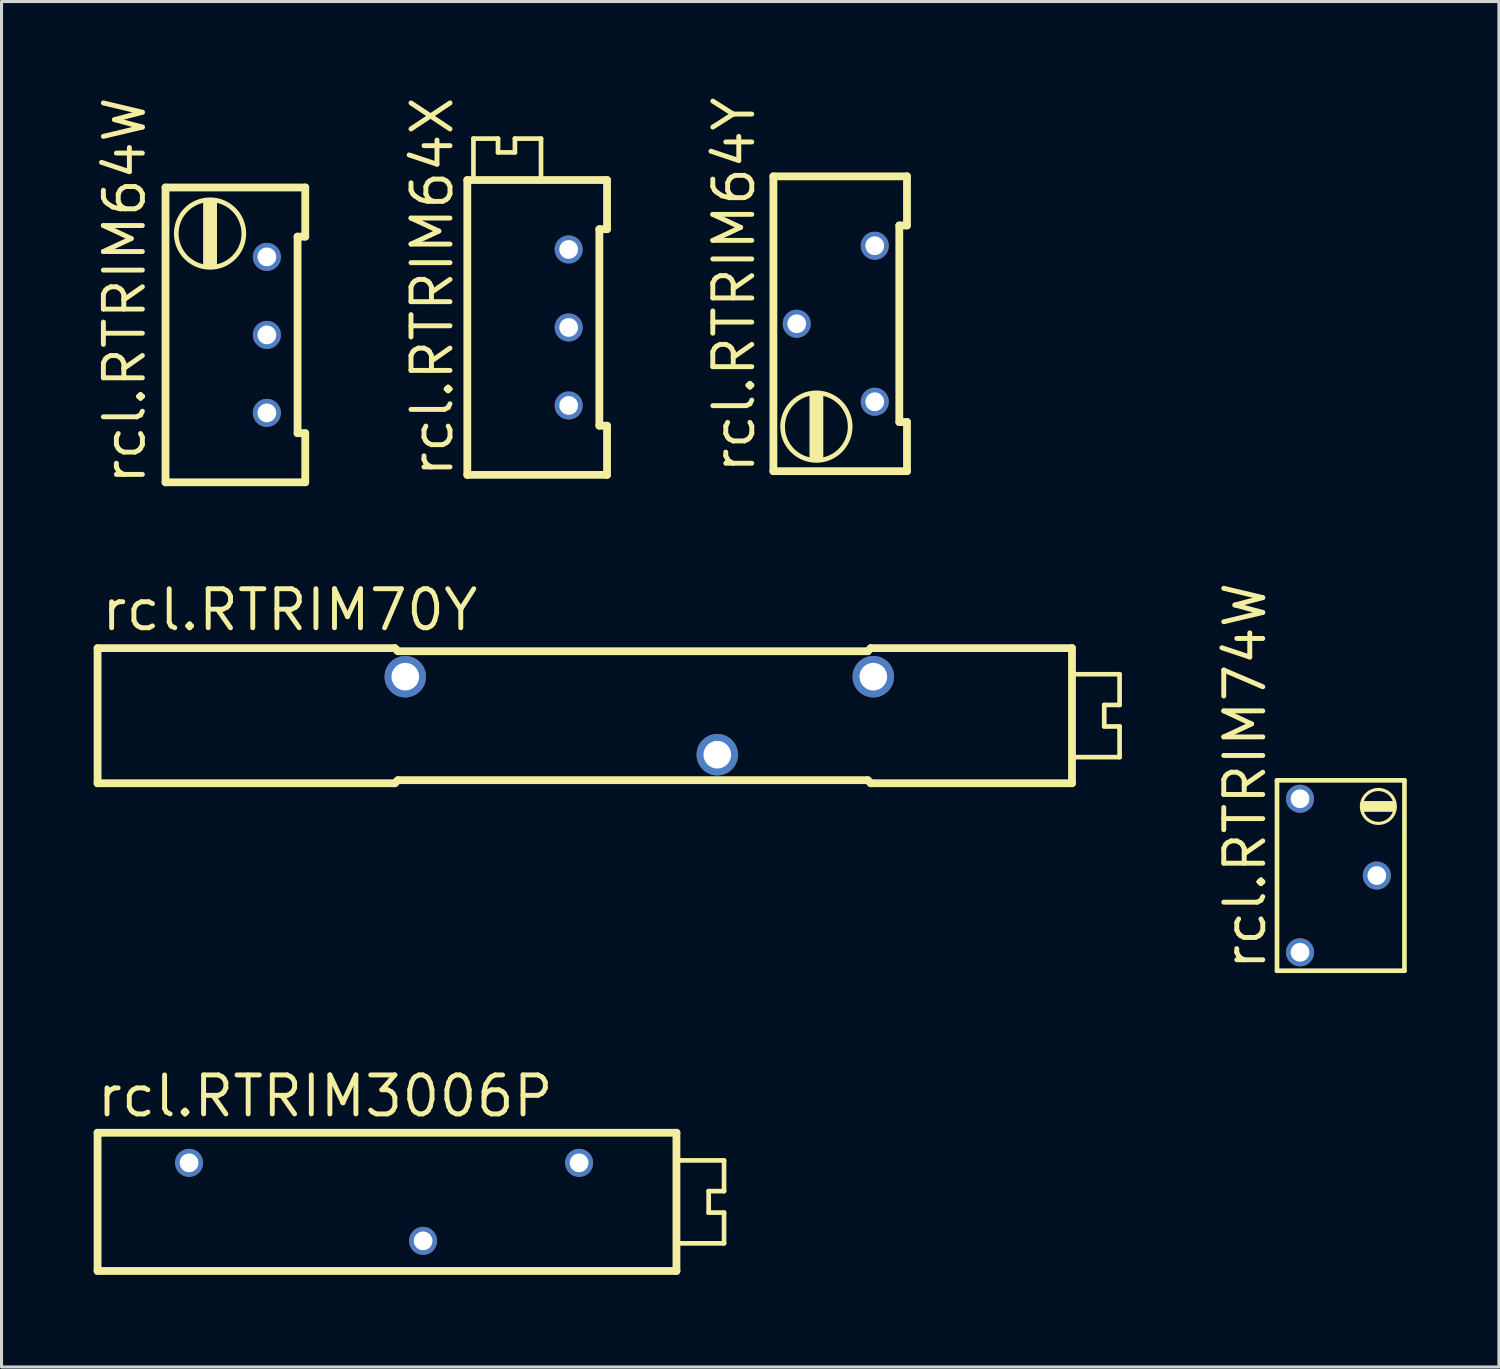
<source format=kicad_pcb>
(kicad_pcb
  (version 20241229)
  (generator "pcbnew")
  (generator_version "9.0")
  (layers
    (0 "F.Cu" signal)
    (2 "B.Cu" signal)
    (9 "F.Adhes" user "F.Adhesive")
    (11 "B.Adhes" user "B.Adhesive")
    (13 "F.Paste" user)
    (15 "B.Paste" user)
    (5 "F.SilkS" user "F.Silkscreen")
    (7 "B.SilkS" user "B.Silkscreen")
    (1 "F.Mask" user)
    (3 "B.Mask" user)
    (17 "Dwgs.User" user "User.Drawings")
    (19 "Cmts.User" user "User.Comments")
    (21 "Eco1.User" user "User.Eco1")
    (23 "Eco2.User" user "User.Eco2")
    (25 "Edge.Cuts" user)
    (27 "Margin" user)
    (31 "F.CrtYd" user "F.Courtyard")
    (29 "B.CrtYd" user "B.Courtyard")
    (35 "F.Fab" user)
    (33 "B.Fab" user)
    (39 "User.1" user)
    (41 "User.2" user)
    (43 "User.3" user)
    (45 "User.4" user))
  (footprint "rcl.RTRIM64X"
    (layer "F.Cu")
    (at 14.197 7.613)
    (property "Reference" "rcl.RTRIM64X" (at -2.43 4.95 90) (layer "F.SilkS") (effects (font (size 1.27 1.27) (thickness 0.16)) (justify left bottom)))
    (attr through_hole)
    (fp_line (start -2.03 -4.8) (end 2.52 -4.8) (stroke (width 0.254) (type default)) (layer "F.SilkS"))
    (fp_line (start -2.03 4.8) (end -2.03 -4.8) (stroke (width 0.254) (type default)) (layer "F.SilkS"))
    (fp_line (start -1.83 -6.15) (end -1.03 -6.15) (stroke (width 0.152) (type default)) (layer "F.SilkS"))
    (fp_line (start -1.83 -4.95) (end -1.83 -6.15) (stroke (width 0.152) (type default)) (layer "F.SilkS"))
    (fp_line (start -1.03 -6.15) (end -1.03 -5.7) (stroke (width 0.152) (type default)) (layer "F.SilkS"))
    (fp_line (start -1.03 -5.7) (end -0.48 -5.7) (stroke (width 0.152) (type default)) (layer "F.SilkS"))
    (fp_line (start -0.48 -6.15) (end 0.37 -6.15) (stroke (width 0.152) (type default)) (layer "F.SilkS"))
    (fp_line (start -0.48 -5.7) (end -0.48 -6.15) (stroke (width 0.152) (type default)) (layer "F.SilkS"))
    (fp_line (start 0.37 -6.15) (end 0.37 -4.95) (stroke (width 0.152) (type default)) (layer "F.SilkS"))
    (fp_line (start 2.27 -3.2) (end 2.27 3.2) (stroke (width 0.254) (type default)) (layer "F.SilkS"))
    (fp_line (start 2.27 3.2) (end 2.52 3.2) (stroke (width 0.254) (type default)) (layer "F.SilkS"))
    (fp_line (start 2.52 -4.8) (end 2.52 -3.2) (stroke (width 0.254) (type default)) (layer "F.SilkS"))
    (fp_line (start 2.52 -3.2) (end 2.27 -3.2) (stroke (width 0.254) (type default)) (layer "F.SilkS"))
    (fp_line (start 2.52 3.2) (end 2.52 4.8) (stroke (width 0.254) (type default)) (layer "F.SilkS"))
    (fp_line (start 2.52 4.8) (end -2.03 4.8) (stroke (width 0.254) (type default)) (layer "F.SilkS"))
    (pad "1" thru_hole circle (at 1.27 2.54) (size 0.914 0.914) (drill 0.61) (layers "*.Cu" "*.Mask"))
    (pad "2" thru_hole circle (at 1.27 0) (size 0.914 0.914) (drill 0.61) (layers "*.Cu" "*.Mask"))
    (pad "3" thru_hole circle (at 1.27 -2.54) (size 0.914 0.914) (drill 0.61) (layers "*.Cu" "*.Mask")))
  (footprint "rcl.RTRIM3006P"
    (layer "F.Cu")
    (at 10.727 36.086)
    (property "Reference" "rcl.RTRIM3006P" (at -10.7 -2.7 0) (layer "F.SilkS") (effects (font (size 1.27 1.27) (thickness 0.16)) (justify left bottom)))
    (attr through_hole)
    (fp_line (start -10.6 -2.25) (end -10.6 2.25) (stroke (width 0.254) (type default)) (layer "F.SilkS"))
    (fp_line (start -10.6 2.25) (end 8.25 2.25) (stroke (width 0.254) (type default)) (layer "F.SilkS"))
    (fp_line (start 8.25 -2.25) (end -10.6 -2.25) (stroke (width 0.254) (type default)) (layer "F.SilkS"))
    (fp_line (start 8.25 2.25) (end 8.25 -2.25) (stroke (width 0.254) (type default)) (layer "F.SilkS"))
    (fp_line (start 8.35 -1.35) (end 9.8 -1.35) (stroke (width 0.152) (type default)) (layer "F.SilkS"))
    (fp_line (start 9.3 -0.35) (end 9.3 0.35) (stroke (width 0.152) (type default)) (layer "F.SilkS"))
    (fp_line (start 9.3 0.35) (end 9.8 0.35) (stroke (width 0.152) (type default)) (layer "F.SilkS"))
    (fp_line (start 9.8 -1.35) (end 9.8 -0.35) (stroke (width 0.152) (type default)) (layer "F.SilkS"))
    (fp_line (start 9.8 -0.35) (end 9.3 -0.35) (stroke (width 0.152) (type default)) (layer "F.SilkS"))
    (fp_line (start 9.8 0.35) (end 9.8 1.35) (stroke (width 0.152) (type default)) (layer "F.SilkS"))
    (fp_line (start 9.8 1.35) (end 8.35 1.35) (stroke (width 0.152) (type default)) (layer "F.SilkS"))
    (pad "1" thru_hole circle (at -7.62 -1.27) (size 0.914 0.914) (drill 0.61) (layers "*.Cu" "*.Mask"))
    (pad "2" thru_hole circle (at 0 1.27) (size 0.914 0.914) (drill 0.61) (layers "*.Cu" "*.Mask"))
    (pad "3" thru_hole circle (at 5.08 -1.27) (size 0.914 0.914) (drill 0.61) (layers "*.Cu" "*.Mask")))
  (footprint "rcl.RTRIM64W"
    (layer "F.Cu")
    (at 4.37 7.855)
    (property "Reference" "rcl.RTRIM64W" (at -2.62 4.95 90) (layer "F.SilkS") (effects (font (size 1.27 1.27) (thickness 0.16)) (justify left bottom)))
    (attr through_hole)
    (fp_line (start -2.03 -4.8) (end 2.52 -4.8) (stroke (width 0.254) (type default)) (layer "F.SilkS"))
    (fp_line (start -2.03 4.8) (end -2.03 -4.8) (stroke (width 0.254) (type default)) (layer "F.SilkS"))
    (fp_line (start 2.27 -3.2) (end 2.27 3.2) (stroke (width 0.254) (type default)) (layer "F.SilkS"))
    (fp_line (start 2.27 3.2) (end 2.52 3.2) (stroke (width 0.254) (type default)) (layer "F.SilkS"))
    (fp_line (start 2.52 -4.8) (end 2.52 -3.2) (stroke (width 0.254) (type default)) (layer "F.SilkS"))
    (fp_line (start 2.52 -3.2) (end 2.27 -3.2) (stroke (width 0.254) (type default)) (layer "F.SilkS"))
    (fp_line (start 2.52 3.2) (end 2.52 4.8) (stroke (width 0.254) (type default)) (layer "F.SilkS"))
    (fp_line (start 2.52 4.8) (end -2.03 4.8) (stroke (width 0.254) (type default)) (layer "F.SilkS"))
    (fp_rect (start -0.78 -2.25) (end -0.38 -4.35) (stroke (width 0.05) (type default)) (fill yes) (layer "F.SilkS"))
    (fp_circle (center -0.58 -3.3) (end 0.52 -3.3) (stroke (width 0.152) (type default)) (fill no) (layer "F.SilkS"))
    (pad "1" thru_hole circle (at 1.27 2.54) (size 0.914 0.914) (drill 0.61) (layers "*.Cu" "*.Mask"))
    (pad "2" thru_hole circle (at 1.27 0) (size 0.914 0.914) (drill 0.61) (layers "*.Cu" "*.Mask"))
    (pad "3" thru_hole circle (at 1.27 -2.54) (size 0.914 0.914) (drill 0.61) (layers "*.Cu" "*.Mask")))
  (footprint "rcl.RTRIM64Y"
    (layer "F.Cu")
    (at 25.434 7.492)
    (property "Reference" "rcl.RTRIM64Y" (at -3.84 4.95 90) (layer "F.SilkS") (effects (font (size 1.27 1.27) (thickness 0.16)) (justify left bottom)))
    (attr through_hole)
    (fp_line (start -3.3 -4.8) (end 1.05 -4.8) (stroke (width 0.254) (type default)) (layer "F.SilkS"))
    (fp_line (start -3.3 4.8) (end -3.3 -4.8) (stroke (width 0.254) (type default)) (layer "F.SilkS"))
    (fp_line (start 0.8 -3.2) (end 0.8 3.2) (stroke (width 0.254) (type default)) (layer "F.SilkS"))
    (fp_line (start 0.8 3.2) (end 1.05 3.2) (stroke (width 0.254) (type default)) (layer "F.SilkS"))
    (fp_line (start 1.05 -4.8) (end 1.05 -3.2) (stroke (width 0.254) (type default)) (layer "F.SilkS"))
    (fp_line (start 1.05 -3.2) (end 0.8 -3.2) (stroke (width 0.254) (type default)) (layer "F.SilkS"))
    (fp_line (start 1.05 3.2) (end 1.05 4.8) (stroke (width 0.254) (type default)) (layer "F.SilkS"))
    (fp_line (start 1.05 4.8) (end -3.3 4.8) (stroke (width 0.254) (type default)) (layer "F.SilkS"))
    (fp_rect (start -2.1 4.4) (end -1.7 2.3) (stroke (width 0.05) (type default)) (fill yes) (layer "F.SilkS"))
    (fp_circle (center -1.9 3.35) (end -0.8 3.35) (stroke (width 0.152) (type default)) (fill no) (layer "F.SilkS"))
    (pad "1" thru_hole circle (at 0 2.54) (size 0.914 0.914) (drill 0.61) (layers "*.Cu" "*.Mask"))
    (pad "2" thru_hole circle (at -2.54 0) (size 0.914 0.914) (drill 0.61) (layers "*.Cu" "*.Mask"))
    (pad "3" thru_hole circle (at 0 -2.54) (size 0.914 0.914) (drill 0.61) (layers "*.Cu" "*.Mask")))
  (footprint "rcl.RTRIM74W"
    (layer "F.Cu")
    (at 40.533 25.46)
    (property "Reference" "rcl.RTRIM74W" (at -2.3 3.15 90) (layer "F.SilkS") (effects (font (size 1.27 1.27) (thickness 0.16)) (justify left bottom)))
    (attr through_hole)
    (fp_line (start -2 -3.1) (end -2 3.1) (stroke (width 0.152) (type default)) (layer "F.SilkS"))
    (fp_line (start -2 3.1) (end 2.15 3.1) (stroke (width 0.152) (type default)) (layer "F.SilkS"))
    (fp_line (start 2.15 -3.1) (end -2 -3.1) (stroke (width 0.152) (type default)) (layer "F.SilkS"))
    (fp_line (start 2.15 3.1) (end 2.15 -3.1) (stroke (width 0.152) (type default)) (layer "F.SilkS"))
    (fp_rect (start 0.8 -2.1) (end 1.8 -2.4) (stroke (width 0.05) (type default)) (fill yes) (layer "F.SilkS"))
    (fp_circle (center 1.3 -2.25) (end 1.852 -2.25) (stroke (width 0.102) (type default)) (fill no) (layer "F.SilkS"))
    (pad "1" thru_hole circle (at -1.25 2.5) (size 0.914 0.914) (drill 0.61) (layers "*.Cu" "*.Mask"))
    (pad "2" thru_hole circle (at 1.25 0) (size 0.914 0.914) (drill 0.61) (layers "*.Cu" "*.Mask"))
    (pad "3" thru_hole circle (at -1.25 -2.5) (size 0.914 0.914) (drill 0.61) (layers "*.Cu" "*.Mask")))
  (footprint "rcl.RTRIM70Y"
    (layer "F.Cu")
    (at 16.497 20.255)
    (property "Reference" "rcl.RTRIM70Y" (at -16.32 -2.7 0) (layer "F.SilkS") (effects (font (size 1.27 1.27) (thickness 0.16)) (justify left bottom)))
    (attr through_hole)
    (fp_line (start -16.37 -2.2) (end -16.37 2.2) (stroke (width 0.254) (type default)) (layer "F.SilkS"))
    (fp_line (start -16.37 2.2) (end -6.69 2.2) (stroke (width 0.254) (type default)) (layer "F.SilkS"))
    (fp_line (start -6.69 -2.2) (end -16.37 -2.2) (stroke (width 0.254) (type default)) (layer "F.SilkS"))
    (fp_line (start -6.59 -2.1) (end -6.69 -2.2) (stroke (width 0.254) (type default)) (layer "F.SilkS"))
    (fp_line (start -6.59 2.1) (end -6.69 2.2) (stroke (width 0.254) (type default)) (layer "F.SilkS"))
    (fp_line (start 8.71 -2.1) (end -6.59 -2.1) (stroke (width 0.254) (type default)) (layer "F.SilkS"))
    (fp_line (start 8.71 2.1) (end -6.59 2.1) (stroke (width 0.254) (type default)) (layer "F.SilkS"))
    (fp_line (start 8.71 2.1) (end 8.81 2.2) (stroke (width 0.254) (type default)) (layer "F.SilkS"))
    (fp_line (start 8.81 -2.2) (end 8.71 -2.1) (stroke (width 0.254) (type default)) (layer "F.SilkS"))
    (fp_line (start 8.81 2.2) (end 15.36 2.2) (stroke (width 0.254) (type default)) (layer "F.SilkS"))
    (fp_line (start 15.36 -2.2) (end 8.81 -2.2) (stroke (width 0.254) (type default)) (layer "F.SilkS"))
    (fp_line (start 15.36 2.2) (end 15.36 -2.2) (stroke (width 0.254) (type default)) (layer "F.SilkS"))
    (fp_line (start 15.46 -1.35) (end 16.91 -1.35) (stroke (width 0.152) (type default)) (layer "F.SilkS"))
    (fp_line (start 16.41 -0.35) (end 16.41 0.35) (stroke (width 0.152) (type default)) (layer "F.SilkS"))
    (fp_line (start 16.41 0.35) (end 16.91 0.35) (stroke (width 0.152) (type default)) (layer "F.SilkS"))
    (fp_line (start 16.91 -1.35) (end 16.91 -0.35) (stroke (width 0.152) (type default)) (layer "F.SilkS"))
    (fp_line (start 16.91 -0.35) (end 16.41 -0.35) (stroke (width 0.152) (type default)) (layer "F.SilkS"))
    (fp_line (start 16.91 0.35) (end 16.91 1.35) (stroke (width 0.152) (type default)) (layer "F.SilkS"))
    (fp_line (start 16.91 1.35) (end 15.46 1.35) (stroke (width 0.152) (type default)) (layer "F.SilkS"))
    (pad "1" thru_hole circle (at -6.35 -1.27) (size 1.35 1.35) (drill 0.9) (layers "*.Cu" "*.Mask"))
    (pad "2" thru_hole circle (at 3.81 1.27) (size 1.35 1.35) (drill 0.9) (layers "*.Cu" "*.Mask"))
    (pad "3" thru_hole circle (at 8.89 -1.27) (size 1.35 1.35) (drill 0.9) (layers "*.Cu" "*.Mask")))
  (gr_rect
    (start -3 -3)
    (end 45.759 41.463)
    (stroke (width 0.1) (type default))
    (fill no)
    (layer "Edge.Cuts")))
</source>
